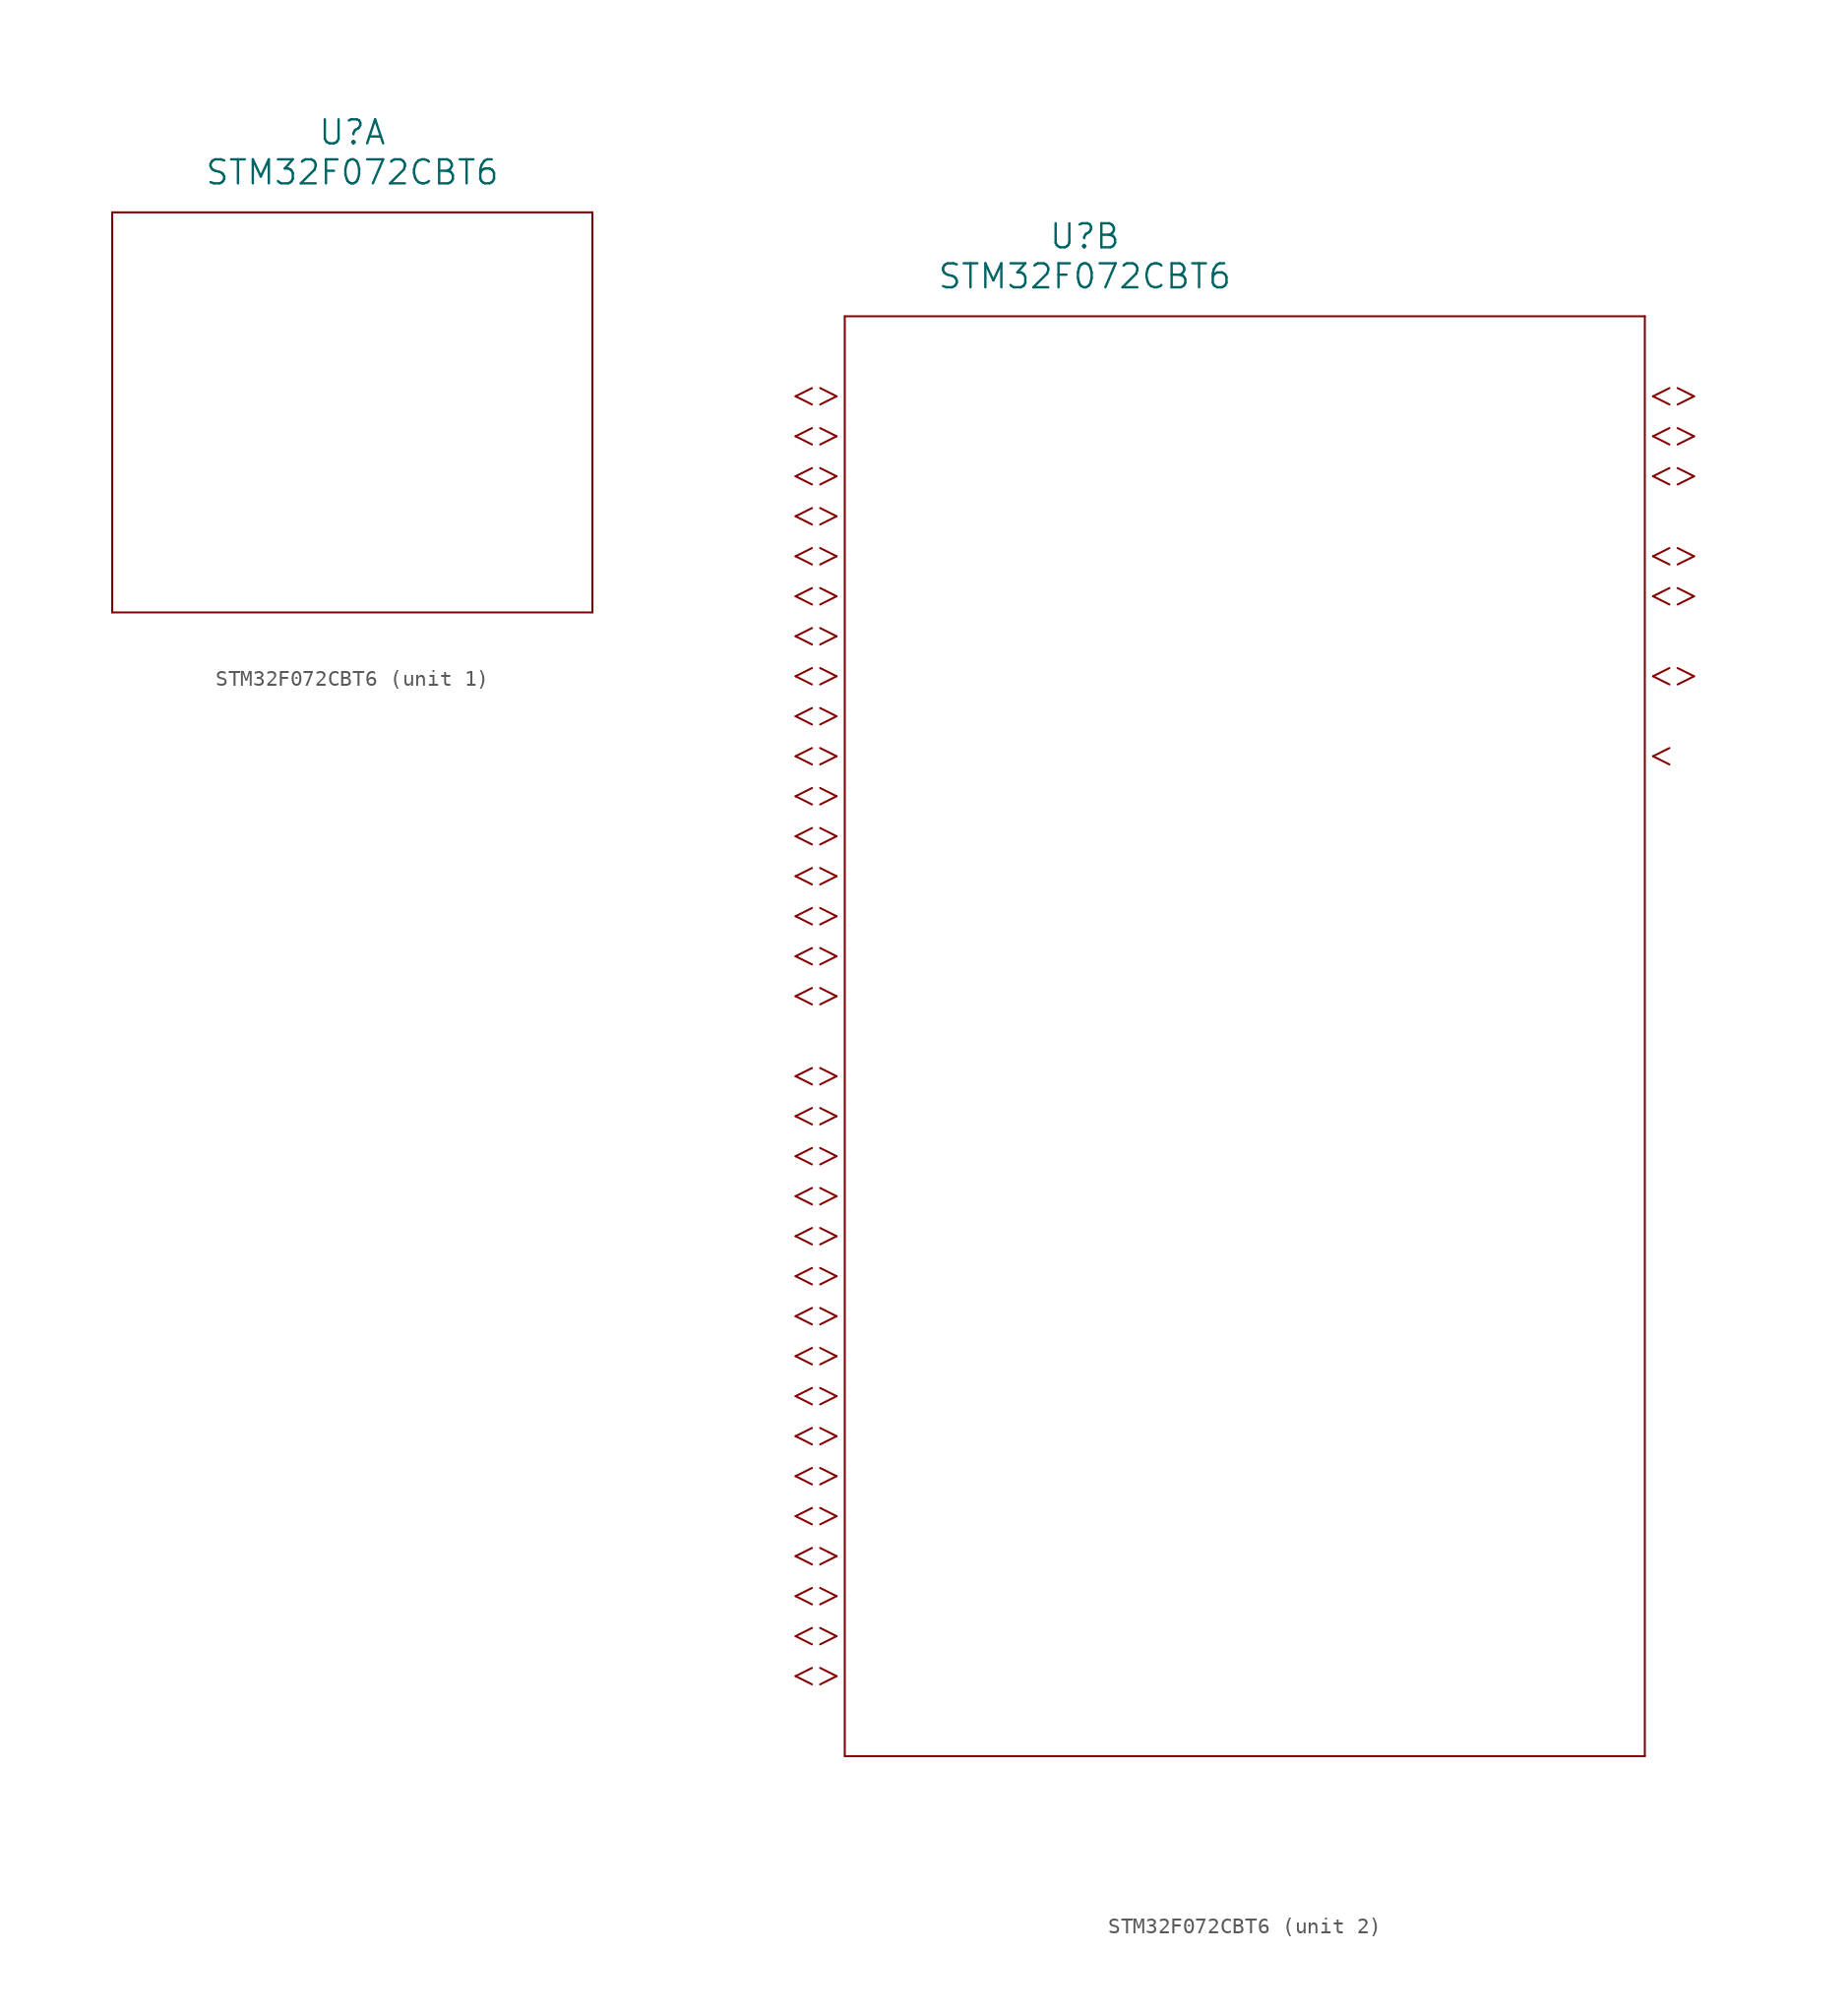
<source format=kicad_sym>
(kicad_symbol_lib
  (version 20211014)
  (generator kicad_symbol_editor)
  (symbol "STM32F072CBT6"
    (pin_names
      (offset 0.254))
    (property "Reference" "U"
      (at 22.86 10.16 0)
      (effects (font (size 1.524 1.524))))
    (property "Value" "STM32F072CBT6"
      (at 22.86 7.62 0)
      (effects (font (size 1.524 1.524))))
    (symbol "STM32F072CBT6_1_1"
      (polyline (pts (xy 7.62 5.08) (xy 7.62 -20.32)) (stroke (width 0.127) (type default) (color 0 0 0 0)) (fill (type none)))
      (polyline (pts (xy 7.62 -20.32) (xy 38.1 -20.32)) (stroke (width 0.127) (type default) (color 0 0 0 0)) (fill (type none)))
      (polyline (pts (xy 38.1 -20.32) (xy 38.1 5.08)) (stroke (width 0.127) (type default) (color 0 0 0 0)) (fill (type none)))
      (polyline (pts (xy 38.1 5.08) (xy 7.62 5.08)) (stroke (width 0.127) (type default) (color 0 0 0 0)) (fill (type none))))
    (symbol "STM32F072CBT6_2_1"
      (polyline (pts (xy 7.099 0) (xy 6.058 0.521)) (stroke (width 0.127) (type default) (color 0 0 0 0)) (fill (type none)))
      (polyline (pts (xy 7.099 0) (xy 6.058 -0.521)) (stroke (width 0.127) (type default) (color 0 0 0 0)) (fill (type none)))
      (polyline (pts (xy 5.537 0.521) (xy 4.496 0)) (stroke (width 0.127) (type default) (color 0 0 0 0)) (fill (type none)))
      (polyline (pts (xy 5.537 -0.521) (xy 4.496 0)) (stroke (width 0.127) (type default) (color 0 0 0 0)) (fill (type none)))
      (polyline (pts (xy 7.099 -2.54) (xy 6.058 -2.019)) (stroke (width 0.127) (type default) (color 0 0 0 0)) (fill (type none)))
      (polyline (pts (xy 7.099 -2.54) (xy 6.058 -3.061)) (stroke (width 0.127) (type default) (color 0 0 0 0)) (fill (type none)))
      (polyline (pts (xy 5.537 -2.019) (xy 4.496 -2.54)) (stroke (width 0.127) (type default) (color 0 0 0 0)) (fill (type none)))
      (polyline (pts (xy 5.537 -3.061) (xy 4.496 -2.54)) (stroke (width 0.127) (type default) (color 0 0 0 0)) (fill (type none)))
      (polyline (pts (xy 7.099 -5.08) (xy 6.058 -4.559)) (stroke (width 0.127) (type default) (color 0 0 0 0)) (fill (type none)))
      (polyline (pts (xy 7.099 -5.08) (xy 6.058 -5.601)) (stroke (width 0.127) (type default) (color 0 0 0 0)) (fill (type none)))
      (polyline (pts (xy 5.537 -4.559) (xy 4.496 -5.08)) (stroke (width 0.127) (type default) (color 0 0 0 0)) (fill (type none)))
      (polyline (pts (xy 5.537 -5.601) (xy 4.496 -5.08)) (stroke (width 0.127) (type default) (color 0 0 0 0)) (fill (type none)))
      (polyline (pts (xy 7.099 -7.62) (xy 6.058 -7.099)) (stroke (width 0.127) (type default) (color 0 0 0 0)) (fill (type none)))
      (polyline (pts (xy 7.099 -7.62) (xy 6.058 -8.141)) (stroke (width 0.127) (type default) (color 0 0 0 0)) (fill (type none)))
      (polyline (pts (xy 5.537 -7.099) (xy 4.496 -7.62)) (stroke (width 0.127) (type default) (color 0 0 0 0)) (fill (type none)))
      (polyline (pts (xy 5.537 -8.141) (xy 4.496 -7.62)) (stroke (width 0.127) (type default) (color 0 0 0 0)) (fill (type none)))
      (polyline (pts (xy 7.099 -10.16) (xy 6.058 -9.639)) (stroke (width 0.127) (type default) (color 0 0 0 0)) (fill (type none)))
      (polyline (pts (xy 7.099 -10.16) (xy 6.058 -10.681)) (stroke (width 0.127) (type default) (color 0 0 0 0)) (fill (type none)))
      (polyline (pts (xy 5.537 -9.639) (xy 4.496 -10.16)) (stroke (width 0.127) (type default) (color 0 0 0 0)) (fill (type none)))
      (polyline (pts (xy 5.537 -10.681) (xy 4.496 -10.16)) (stroke (width 0.127) (type default) (color 0 0 0 0)) (fill (type none)))
      (polyline (pts (xy 7.099 -12.7) (xy 6.058 -12.179)) (stroke (width 0.127) (type default) (color 0 0 0 0)) (fill (type none)))
      (polyline (pts (xy 7.099 -12.7) (xy 6.058 -13.221)) (stroke (width 0.127) (type default) (color 0 0 0 0)) (fill (type none)))
      (polyline (pts (xy 5.537 -12.179) (xy 4.496 -12.7)) (stroke (width 0.127) (type default) (color 0 0 0 0)) (fill (type none)))
      (polyline (pts (xy 5.537 -13.221) (xy 4.496 -12.7)) (stroke (width 0.127) (type default) (color 0 0 0 0)) (fill (type none)))
      (polyline (pts (xy 7.099 -15.24) (xy 6.058 -14.719)) (stroke (width 0.127) (type default) (color 0 0 0 0)) (fill (type none)))
      (polyline (pts (xy 7.099 -15.24) (xy 6.058 -15.761)) (stroke (width 0.127) (type default) (color 0 0 0 0)) (fill (type none)))
      (polyline (pts (xy 5.537 -14.719) (xy 4.496 -15.24)) (stroke (width 0.127) (type default) (color 0 0 0 0)) (fill (type none)))
      (polyline (pts (xy 5.537 -15.761) (xy 4.496 -15.24)) (stroke (width 0.127) (type default) (color 0 0 0 0)) (fill (type none)))
      (polyline (pts (xy 7.099 -17.78) (xy 6.058 -17.259)) (stroke (width 0.127) (type default) (color 0 0 0 0)) (fill (type none)))
      (polyline (pts (xy 7.099 -17.78) (xy 6.058 -18.301)) (stroke (width 0.127) (type default) (color 0 0 0 0)) (fill (type none)))
      (polyline (pts (xy 5.537 -17.259) (xy 4.496 -17.78)) (stroke (width 0.127) (type default) (color 0 0 0 0)) (fill (type none)))
      (polyline (pts (xy 5.537 -18.301) (xy 4.496 -17.78)) (stroke (width 0.127) (type default) (color 0 0 0 0)) (fill (type none)))
      (polyline (pts (xy 7.099 -20.32) (xy 6.058 -19.799)) (stroke (width 0.127) (type default) (color 0 0 0 0)) (fill (type none)))
      (polyline (pts (xy 7.099 -20.32) (xy 6.058 -20.841)) (stroke (width 0.127) (type default) (color 0 0 0 0)) (fill (type none)))
      (polyline (pts (xy 5.537 -19.799) (xy 4.496 -20.32)) (stroke (width 0.127) (type default) (color 0 0 0 0)) (fill (type none)))
      (polyline (pts (xy 5.537 -20.841) (xy 4.496 -20.32)) (stroke (width 0.127) (type default) (color 0 0 0 0)) (fill (type none)))
      (polyline (pts (xy 7.099 -22.86) (xy 6.058 -22.339)) (stroke (width 0.127) (type default) (color 0 0 0 0)) (fill (type none)))
      (polyline (pts (xy 7.099 -22.86) (xy 6.058 -23.381)) (stroke (width 0.127) (type default) (color 0 0 0 0)) (fill (type none)))
      (polyline (pts (xy 5.537 -22.339) (xy 4.496 -22.86)) (stroke (width 0.127) (type default) (color 0 0 0 0)) (fill (type none)))
      (polyline (pts (xy 5.537 -23.381) (xy 4.496 -22.86)) (stroke (width 0.127) (type default) (color 0 0 0 0)) (fill (type none)))
      (polyline (pts (xy 7.099 -25.4) (xy 6.058 -24.879)) (stroke (width 0.127) (type default) (color 0 0 0 0)) (fill (type none)))
      (polyline (pts (xy 7.099 -25.4) (xy 6.058 -25.921)) (stroke (width 0.127) (type default) (color 0 0 0 0)) (fill (type none)))
      (polyline (pts (xy 5.537 -24.879) (xy 4.496 -25.4)) (stroke (width 0.127) (type default) (color 0 0 0 0)) (fill (type none)))
      (polyline (pts (xy 5.537 -25.921) (xy 4.496 -25.4)) (stroke (width 0.127) (type default) (color 0 0 0 0)) (fill (type none)))
      (polyline (pts (xy 7.099 -27.94) (xy 6.058 -27.419)) (stroke (width 0.127) (type default) (color 0 0 0 0)) (fill (type none)))
      (polyline (pts (xy 7.099 -27.94) (xy 6.058 -28.461)) (stroke (width 0.127) (type default) (color 0 0 0 0)) (fill (type none)))
      (polyline (pts (xy 5.537 -27.419) (xy 4.496 -27.94)) (stroke (width 0.127) (type default) (color 0 0 0 0)) (fill (type none)))
      (polyline (pts (xy 5.537 -28.461) (xy 4.496 -27.94)) (stroke (width 0.127) (type default) (color 0 0 0 0)) (fill (type none)))
      (polyline (pts (xy 7.099 -30.48) (xy 6.058 -29.959)) (stroke (width 0.127) (type default) (color 0 0 0 0)) (fill (type none)))
      (polyline (pts (xy 7.099 -30.48) (xy 6.058 -31.001)) (stroke (width 0.127) (type default) (color 0 0 0 0)) (fill (type none)))
      (polyline (pts (xy 5.537 -29.959) (xy 4.496 -30.48)) (stroke (width 0.127) (type default) (color 0 0 0 0)) (fill (type none)))
      (polyline (pts (xy 5.537 -31.001) (xy 4.496 -30.48)) (stroke (width 0.127) (type default) (color 0 0 0 0)) (fill (type none)))
      (polyline (pts (xy 7.099 -33.02) (xy 6.058 -32.499)) (stroke (width 0.127) (type default) (color 0 0 0 0)) (fill (type none)))
      (polyline (pts (xy 7.099 -33.02) (xy 6.058 -33.541)) (stroke (width 0.127) (type default) (color 0 0 0 0)) (fill (type none)))
      (polyline (pts (xy 5.537 -32.499) (xy 4.496 -33.02)) (stroke (width 0.127) (type default) (color 0 0 0 0)) (fill (type none)))
      (polyline (pts (xy 5.537 -33.541) (xy 4.496 -33.02)) (stroke (width 0.127) (type default) (color 0 0 0 0)) (fill (type none)))
      (polyline (pts (xy 7.099 -35.56) (xy 6.058 -35.039)) (stroke (width 0.127) (type default) (color 0 0 0 0)) (fill (type none)))
      (polyline (pts (xy 7.099 -35.56) (xy 6.058 -36.081)) (stroke (width 0.127) (type default) (color 0 0 0 0)) (fill (type none)))
      (polyline (pts (xy 5.537 -35.039) (xy 4.496 -35.56)) (stroke (width 0.127) (type default) (color 0 0 0 0)) (fill (type none)))
      (polyline (pts (xy 5.537 -36.081) (xy 4.496 -35.56)) (stroke (width 0.127) (type default) (color 0 0 0 0)) (fill (type none)))
      (polyline (pts (xy 7.099 -38.1) (xy 6.058 -37.579)) (stroke (width 0.127) (type default) (color 0 0 0 0)) (fill (type none)))
      (polyline (pts (xy 7.099 -38.1) (xy 6.058 -38.621)) (stroke (width 0.127) (type default) (color 0 0 0 0)) (fill (type none)))
      (polyline (pts (xy 5.537 -37.579) (xy 4.496 -38.1)) (stroke (width 0.127) (type default) (color 0 0 0 0)) (fill (type none)))
      (polyline (pts (xy 5.537 -38.621) (xy 4.496 -38.1)) (stroke (width 0.127) (type default) (color 0 0 0 0)) (fill (type none)))
      (polyline (pts (xy 7.099 -43.18) (xy 6.058 -42.659)) (stroke (width 0.127) (type default) (color 0 0 0 0)) (fill (type none)))
      (polyline (pts (xy 7.099 -43.18) (xy 6.058 -43.701)) (stroke (width 0.127) (type default) (color 0 0 0 0)) (fill (type none)))
      (polyline (pts (xy 5.537 -42.659) (xy 4.496 -43.18)) (stroke (width 0.127) (type default) (color 0 0 0 0)) (fill (type none)))
      (polyline (pts (xy 5.537 -43.701) (xy 4.496 -43.18)) (stroke (width 0.127) (type default) (color 0 0 0 0)) (fill (type none)))
      (polyline (pts (xy 7.099 -45.72) (xy 6.058 -45.199)) (stroke (width 0.127) (type default) (color 0 0 0 0)) (fill (type none)))
      (polyline (pts (xy 7.099 -45.72) (xy 6.058 -46.241)) (stroke (width 0.127) (type default) (color 0 0 0 0)) (fill (type none)))
      (polyline (pts (xy 5.537 -45.199) (xy 4.496 -45.72)) (stroke (width 0.127) (type default) (color 0 0 0 0)) (fill (type none)))
      (polyline (pts (xy 5.537 -46.241) (xy 4.496 -45.72)) (stroke (width 0.127) (type default) (color 0 0 0 0)) (fill (type none)))
      (polyline (pts (xy 7.099 -48.26) (xy 6.058 -47.739)) (stroke (width 0.127) (type default) (color 0 0 0 0)) (fill (type none)))
      (polyline (pts (xy 7.099 -48.26) (xy 6.058 -48.781)) (stroke (width 0.127) (type default) (color 0 0 0 0)) (fill (type none)))
      (polyline (pts (xy 5.537 -47.739) (xy 4.496 -48.26)) (stroke (width 0.127) (type default) (color 0 0 0 0)) (fill (type none)))
      (polyline (pts (xy 5.537 -48.781) (xy 4.496 -48.26)) (stroke (width 0.127) (type default) (color 0 0 0 0)) (fill (type none)))
      (polyline (pts (xy 7.099 -50.8) (xy 6.058 -50.279)) (stroke (width 0.127) (type default) (color 0 0 0 0)) (fill (type none)))
      (polyline (pts (xy 7.099 -50.8) (xy 6.058 -51.321)) (stroke (width 0.127) (type default) (color 0 0 0 0)) (fill (type none)))
      (polyline (pts (xy 5.537 -50.279) (xy 4.496 -50.8)) (stroke (width 0.127) (type default) (color 0 0 0 0)) (fill (type none)))
      (polyline (pts (xy 5.537 -51.321) (xy 4.496 -50.8)) (stroke (width 0.127) (type default) (color 0 0 0 0)) (fill (type none)))
      (polyline (pts (xy 7.099 -53.34) (xy 6.058 -52.819)) (stroke (width 0.127) (type default) (color 0 0 0 0)) (fill (type none)))
      (polyline (pts (xy 7.099 -53.34) (xy 6.058 -53.861)) (stroke (width 0.127) (type default) (color 0 0 0 0)) (fill (type none)))
      (polyline (pts (xy 5.537 -52.819) (xy 4.496 -53.34)) (stroke (width 0.127) (type default) (color 0 0 0 0)) (fill (type none)))
      (polyline (pts (xy 5.537 -53.861) (xy 4.496 -53.34)) (stroke (width 0.127) (type default) (color 0 0 0 0)) (fill (type none)))
      (polyline (pts (xy 7.099 -55.88) (xy 6.058 -55.359)) (stroke (width 0.127) (type default) (color 0 0 0 0)) (fill (type none)))
      (polyline (pts (xy 7.099 -55.88) (xy 6.058 -56.401)) (stroke (width 0.127) (type default) (color 0 0 0 0)) (fill (type none)))
      (polyline (pts (xy 5.537 -55.359) (xy 4.496 -55.88)) (stroke (width 0.127) (type default) (color 0 0 0 0)) (fill (type none)))
      (polyline (pts (xy 5.537 -56.401) (xy 4.496 -55.88)) (stroke (width 0.127) (type default) (color 0 0 0 0)) (fill (type none)))
      (polyline (pts (xy 7.099 -58.42) (xy 6.058 -57.899)) (stroke (width 0.127) (type default) (color 0 0 0 0)) (fill (type none)))
      (polyline (pts (xy 7.099 -58.42) (xy 6.058 -58.941)) (stroke (width 0.127) (type default) (color 0 0 0 0)) (fill (type none)))
      (polyline (pts (xy 5.537 -57.899) (xy 4.496 -58.42)) (stroke (width 0.127) (type default) (color 0 0 0 0)) (fill (type none)))
      (polyline (pts (xy 5.537 -58.941) (xy 4.496 -58.42)) (stroke (width 0.127) (type default) (color 0 0 0 0)) (fill (type none)))
      (polyline (pts (xy 7.099 -60.96) (xy 6.058 -60.439)) (stroke (width 0.127) (type default) (color 0 0 0 0)) (fill (type none)))
      (polyline (pts (xy 7.099 -60.96) (xy 6.058 -61.481)) (stroke (width 0.127) (type default) (color 0 0 0 0)) (fill (type none)))
      (polyline (pts (xy 5.537 -60.439) (xy 4.496 -60.96)) (stroke (width 0.127) (type default) (color 0 0 0 0)) (fill (type none)))
      (polyline (pts (xy 5.537 -61.481) (xy 4.496 -60.96)) (stroke (width 0.127) (type default) (color 0 0 0 0)) (fill (type none)))
      (polyline (pts (xy 7.099 -63.5) (xy 6.058 -62.979)) (stroke (width 0.127) (type default) (color 0 0 0 0)) (fill (type none)))
      (polyline (pts (xy 7.099 -63.5) (xy 6.058 -64.021)) (stroke (width 0.127) (type default) (color 0 0 0 0)) (fill (type none)))
      (polyline (pts (xy 5.537 -62.979) (xy 4.496 -63.5)) (stroke (width 0.127) (type default) (color 0 0 0 0)) (fill (type none)))
      (polyline (pts (xy 5.537 -64.021) (xy 4.496 -63.5)) (stroke (width 0.127) (type default) (color 0 0 0 0)) (fill (type none)))
      (polyline (pts (xy 7.099 -66.04) (xy 6.058 -65.519)) (stroke (width 0.127) (type default) (color 0 0 0 0)) (fill (type none)))
      (polyline (pts (xy 7.099 -66.04) (xy 6.058 -66.561)) (stroke (width 0.127) (type default) (color 0 0 0 0)) (fill (type none)))
      (polyline (pts (xy 5.537 -65.519) (xy 4.496 -66.04)) (stroke (width 0.127) (type default) (color 0 0 0 0)) (fill (type none)))
      (polyline (pts (xy 5.537 -66.561) (xy 4.496 -66.04)) (stroke (width 0.127) (type default) (color 0 0 0 0)) (fill (type none)))
      (polyline (pts (xy 7.099 -68.58) (xy 6.058 -68.059)) (stroke (width 0.127) (type default) (color 0 0 0 0)) (fill (type none)))
      (polyline (pts (xy 7.099 -68.58) (xy 6.058 -69.101)) (stroke (width 0.127) (type default) (color 0 0 0 0)) (fill (type none)))
      (polyline (pts (xy 5.537 -68.059) (xy 4.496 -68.58)) (stroke (width 0.127) (type default) (color 0 0 0 0)) (fill (type none)))
      (polyline (pts (xy 5.537 -69.101) (xy 4.496 -68.58)) (stroke (width 0.127) (type default) (color 0 0 0 0)) (fill (type none)))
      (polyline (pts (xy 7.099 -71.12) (xy 6.058 -70.599)) (stroke (width 0.127) (type default) (color 0 0 0 0)) (fill (type none)))
      (polyline (pts (xy 7.099 -71.12) (xy 6.058 -71.641)) (stroke (width 0.127) (type default) (color 0 0 0 0)) (fill (type none)))
      (polyline (pts (xy 5.537 -70.599) (xy 4.496 -71.12)) (stroke (width 0.127) (type default) (color 0 0 0 0)) (fill (type none)))
      (polyline (pts (xy 5.537 -71.641) (xy 4.496 -71.12)) (stroke (width 0.127) (type default) (color 0 0 0 0)) (fill (type none)))
      (polyline (pts (xy 7.099 -73.66) (xy 6.058 -73.139)) (stroke (width 0.127) (type default) (color 0 0 0 0)) (fill (type none)))
      (polyline (pts (xy 7.099 -73.66) (xy 6.058 -74.181)) (stroke (width 0.127) (type default) (color 0 0 0 0)) (fill (type none)))
      (polyline (pts (xy 5.537 -73.139) (xy 4.496 -73.66)) (stroke (width 0.127) (type default) (color 0 0 0 0)) (fill (type none)))
      (polyline (pts (xy 5.537 -74.181) (xy 4.496 -73.66)) (stroke (width 0.127) (type default) (color 0 0 0 0)) (fill (type none)))
      (polyline (pts (xy 7.099 -76.2) (xy 6.058 -75.679)) (stroke (width 0.127) (type default) (color 0 0 0 0)) (fill (type none)))
      (polyline (pts (xy 7.099 -76.2) (xy 6.058 -76.721)) (stroke (width 0.127) (type default) (color 0 0 0 0)) (fill (type none)))
      (polyline (pts (xy 5.537 -75.679) (xy 4.496 -76.2)) (stroke (width 0.127) (type default) (color 0 0 0 0)) (fill (type none)))
      (polyline (pts (xy 5.537 -76.721) (xy 4.496 -76.2)) (stroke (width 0.127) (type default) (color 0 0 0 0)) (fill (type none)))
      (polyline (pts (xy 7.099 -78.74) (xy 6.058 -78.219)) (stroke (width 0.127) (type default) (color 0 0 0 0)) (fill (type none)))
      (polyline (pts (xy 7.099 -78.74) (xy 6.058 -79.261)) (stroke (width 0.127) (type default) (color 0 0 0 0)) (fill (type none)))
      (polyline (pts (xy 5.537 -78.219) (xy 4.496 -78.74)) (stroke (width 0.127) (type default) (color 0 0 0 0)) (fill (type none)))
      (polyline (pts (xy 5.537 -79.261) (xy 4.496 -78.74)) (stroke (width 0.127) (type default) (color 0 0 0 0)) (fill (type none)))
      (polyline (pts (xy 7.099 -81.28) (xy 6.058 -80.759)) (stroke (width 0.127) (type default) (color 0 0 0 0)) (fill (type none)))
      (polyline (pts (xy 7.099 -81.28) (xy 6.058 -81.801)) (stroke (width 0.127) (type default) (color 0 0 0 0)) (fill (type none)))
      (polyline (pts (xy 5.537 -80.759) (xy 4.496 -81.28)) (stroke (width 0.127) (type default) (color 0 0 0 0)) (fill (type none)))
      (polyline (pts (xy 5.537 -81.801) (xy 4.496 -81.28)) (stroke (width 0.127) (type default) (color 0 0 0 0)) (fill (type none)))
      (polyline (pts (xy 58.941 0) (xy 59.982 0.521)) (stroke (width 0.127) (type default) (color 0 0 0 0)) (fill (type none)))
      (polyline (pts (xy 58.941 0) (xy 59.982 -0.521)) (stroke (width 0.127) (type default) (color 0 0 0 0)) (fill (type none)))
      (polyline (pts (xy 60.503 0.521) (xy 61.544 0)) (stroke (width 0.127) (type default) (color 0 0 0 0)) (fill (type none)))
      (polyline (pts (xy 60.503 -0.521) (xy 61.544 0)) (stroke (width 0.127) (type default) (color 0 0 0 0)) (fill (type none)))
      (polyline (pts (xy 58.941 -2.54) (xy 59.982 -2.019)) (stroke (width 0.127) (type default) (color 0 0 0 0)) (fill (type none)))
      (polyline (pts (xy 58.941 -2.54) (xy 59.982 -3.061)) (stroke (width 0.127) (type default) (color 0 0 0 0)) (fill (type none)))
      (polyline (pts (xy 60.503 -2.019) (xy 61.544 -2.54)) (stroke (width 0.127) (type default) (color 0 0 0 0)) (fill (type none)))
      (polyline (pts (xy 60.503 -3.061) (xy 61.544 -2.54)) (stroke (width 0.127) (type default) (color 0 0 0 0)) (fill (type none)))
      (polyline (pts (xy 58.941 -5.08) (xy 59.982 -4.559)) (stroke (width 0.127) (type default) (color 0 0 0 0)) (fill (type none)))
      (polyline (pts (xy 58.941 -5.08) (xy 59.982 -5.601)) (stroke (width 0.127) (type default) (color 0 0 0 0)) (fill (type none)))
      (polyline (pts (xy 60.503 -4.559) (xy 61.544 -5.08)) (stroke (width 0.127) (type default) (color 0 0 0 0)) (fill (type none)))
      (polyline (pts (xy 60.503 -5.601) (xy 61.544 -5.08)) (stroke (width 0.127) (type default) (color 0 0 0 0)) (fill (type none)))
      (polyline (pts (xy 58.941 -10.16) (xy 59.982 -9.639)) (stroke (width 0.127) (type default) (color 0 0 0 0)) (fill (type none)))
      (polyline (pts (xy 58.941 -10.16) (xy 59.982 -10.681)) (stroke (width 0.127) (type default) (color 0 0 0 0)) (fill (type none)))
      (polyline (pts (xy 60.503 -9.639) (xy 61.544 -10.16)) (stroke (width 0.127) (type default) (color 0 0 0 0)) (fill (type none)))
      (polyline (pts (xy 60.503 -10.681) (xy 61.544 -10.16)) (stroke (width 0.127) (type default) (color 0 0 0 0)) (fill (type none)))
      (polyline (pts (xy 58.941 -12.7) (xy 59.982 -12.179)) (stroke (width 0.127) (type default) (color 0 0 0 0)) (fill (type none)))
      (polyline (pts (xy 58.941 -12.7) (xy 59.982 -13.221)) (stroke (width 0.127) (type default) (color 0 0 0 0)) (fill (type none)))
      (polyline (pts (xy 60.503 -12.179) (xy 61.544 -12.7)) (stroke (width 0.127) (type default) (color 0 0 0 0)) (fill (type none)))
      (polyline (pts (xy 60.503 -13.221) (xy 61.544 -12.7)) (stroke (width 0.127) (type default) (color 0 0 0 0)) (fill (type none)))
      (polyline (pts (xy 58.941 -17.78) (xy 59.982 -17.259)) (stroke (width 0.127) (type default) (color 0 0 0 0)) (fill (type none)))
      (polyline (pts (xy 58.941 -17.78) (xy 59.982 -18.301)) (stroke (width 0.127) (type default) (color 0 0 0 0)) (fill (type none)))
      (polyline (pts (xy 60.503 -17.259) (xy 61.544 -17.78)) (stroke (width 0.127) (type default) (color 0 0 0 0)) (fill (type none)))
      (polyline (pts (xy 60.503 -18.301) (xy 61.544 -17.78)) (stroke (width 0.127) (type default) (color 0 0 0 0)) (fill (type none)))
      (polyline (pts (xy 58.941 -22.86) (xy 59.982 -22.339)) (stroke (width 0.127) (type default) (color 0 0 0 0)) (fill (type none)))
      (polyline (pts (xy 58.941 -22.86) (xy 59.982 -23.381)) (stroke (width 0.127) (type default) (color 0 0 0 0)) (fill (type none)))
      (polyline (pts (xy 7.62 5.08) (xy 7.62 -86.36)) (stroke (width 0.127) (type default) (color 0 0 0 0)) (fill (type none)))
      (polyline (pts (xy 7.62 -86.36) (xy 58.42 -86.36)) (stroke (width 0.127) (type default) (color 0 0 0 0)) (fill (type none)))
      (polyline (pts (xy 58.42 -86.36) (xy 58.42 5.08)) (stroke (width 0.127) (type default) (color 0 0 0 0)) (fill (type none)))
      (polyline (pts (xy 58.42 5.08) (xy 7.62 5.08)) (stroke (width 0.127) (type default) (color 0 0 0 0)) (fill (type none))))))
</source>
